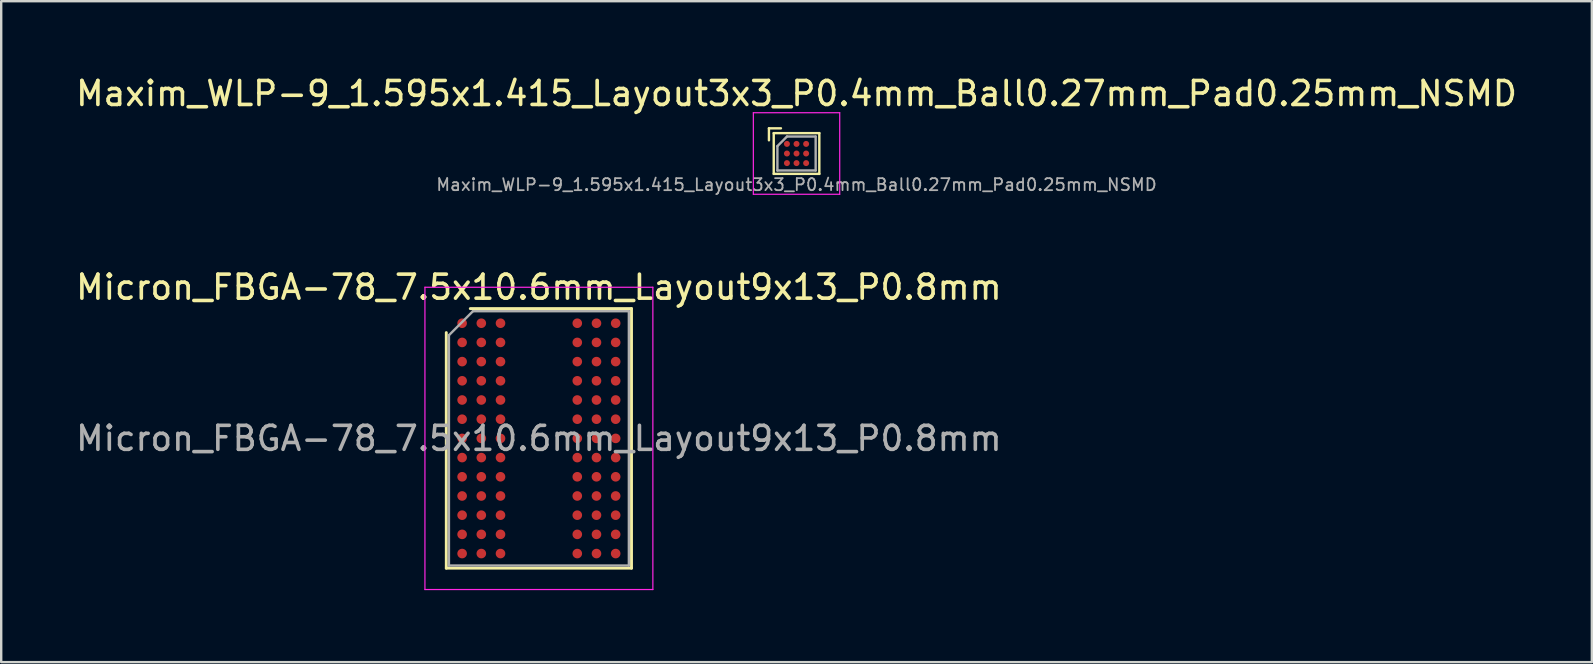
<source format=kicad_pcb>
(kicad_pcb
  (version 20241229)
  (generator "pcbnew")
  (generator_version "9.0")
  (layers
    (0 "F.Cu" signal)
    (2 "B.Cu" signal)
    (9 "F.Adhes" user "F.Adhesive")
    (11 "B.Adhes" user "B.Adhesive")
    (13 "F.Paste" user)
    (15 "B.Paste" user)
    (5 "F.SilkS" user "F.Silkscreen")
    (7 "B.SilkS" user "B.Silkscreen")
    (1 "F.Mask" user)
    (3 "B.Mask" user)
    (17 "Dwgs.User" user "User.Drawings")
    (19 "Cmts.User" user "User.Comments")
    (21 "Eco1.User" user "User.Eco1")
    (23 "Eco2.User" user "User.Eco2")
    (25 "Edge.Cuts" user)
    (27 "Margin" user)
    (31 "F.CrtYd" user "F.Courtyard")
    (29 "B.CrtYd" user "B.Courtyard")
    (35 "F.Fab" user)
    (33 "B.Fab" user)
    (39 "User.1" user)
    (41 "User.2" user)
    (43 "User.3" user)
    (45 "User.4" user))
  (footprint "Micron_FBGA-78_7.5x10.6mm_Layout9x13_P0.8mm"
    (layer "F.Cu")
    (at 19.411 15.222)
    (property "Reference" "Micron_FBGA-78_7.5x10.6mm_Layout9x13_P0.8mm" (at 0 -6.3 0) (layer "F.SilkS") (effects (font (size 1 1) (thickness 0.15))))
    (attr smd)
    (fp_line (start -3.86 5.41) (end -3.86 -4.41) (stroke (width 0.12) (type solid)) (layer "F.SilkS"))
    (fp_line (start -2.86 -5.41) (end 3.86 -5.41) (stroke (width 0.12) (type solid)) (layer "F.SilkS"))
    (fp_line (start 3.86 -5.41) (end 3.86 5.41) (stroke (width 0.12) (type solid)) (layer "F.SilkS"))
    (fp_line (start 3.86 5.41) (end -3.86 5.41) (stroke (width 0.12) (type solid)) (layer "F.SilkS"))
    (fp_line (start -4.75 -6.3) (end -4.75 6.3) (stroke (width 0.05) (type solid)) (layer "F.CrtYd"))
    (fp_line (start -4.75 6.3) (end 4.75 6.3) (stroke (width 0.05) (type solid)) (layer "F.CrtYd"))
    (fp_line (start 4.75 -6.3) (end -4.75 -6.3) (stroke (width 0.05) (type solid)) (layer "F.CrtYd"))
    (fp_line (start 4.75 6.3) (end 4.75 -6.3) (stroke (width 0.05) (type solid)) (layer "F.CrtYd"))
    (fp_line (start -3.75 -4.3) (end -2.75 -5.3) (stroke (width 0.1) (type solid)) (layer "F.Fab"))
    (fp_line (start -3.75 5.3) (end -3.75 -4.3) (stroke (width 0.1) (type solid)) (layer "F.Fab"))
    (fp_line (start -2.75 -5.3) (end 3.75 -5.3) (stroke (width 0.1) (type solid)) (layer "F.Fab"))
    (fp_line (start 3.75 -5.3) (end 3.75 5.3) (stroke (width 0.1) (type solid)) (layer "F.Fab"))
    (fp_line (start 3.75 5.3) (end -3.75 5.3) (stroke (width 0.1) (type solid)) (layer "F.Fab"))
    (fp_text user "${REFERENCE}" (at 0 0 0) (layer "F.Fab") (effects (font (size 1 1) (thickness 0.15))))
    (pad "A1" smd circle (at -3.2 -4.8) (size 0.4 0.4) (layers "F.Cu" "F.Mask" "F.Paste"))
    (pad "A2" smd circle (at -2.4 -4.8) (size 0.4 0.4) (layers "F.Cu" "F.Mask" "F.Paste"))
    (pad "A3" smd circle (at -1.6 -4.8) (size 0.4 0.4) (layers "F.Cu" "F.Mask" "F.Paste"))
    (pad "A7" smd circle (at 1.6 -4.8) (size 0.4 0.4) (layers "F.Cu" "F.Mask" "F.Paste"))
    (pad "A8" smd circle (at 2.4 -4.8) (size 0.4 0.4) (layers "F.Cu" "F.Mask" "F.Paste"))
    (pad "A9" smd circle (at 3.2 -4.8) (size 0.4 0.4) (layers "F.Cu" "F.Mask" "F.Paste"))
    (pad "B1" smd circle (at -3.2 -4) (size 0.4 0.4) (layers "F.Cu" "F.Mask" "F.Paste"))
    (pad "B2" smd circle (at -2.4 -4) (size 0.4 0.4) (layers "F.Cu" "F.Mask" "F.Paste"))
    (pad "B3" smd circle (at -1.6 -4) (size 0.4 0.4) (layers "F.Cu" "F.Mask" "F.Paste"))
    (pad "B7" smd circle (at 1.6 -4) (size 0.4 0.4) (layers "F.Cu" "F.Mask" "F.Paste"))
    (pad "B8" smd circle (at 2.4 -4) (size 0.4 0.4) (layers "F.Cu" "F.Mask" "F.Paste"))
    (pad "B9" smd circle (at 3.2 -4) (size 0.4 0.4) (layers "F.Cu" "F.Mask" "F.Paste"))
    (pad "C1" smd circle (at -3.2 -3.2) (size 0.4 0.4) (layers "F.Cu" "F.Mask" "F.Paste"))
    (pad "C2" smd circle (at -2.4 -3.2) (size 0.4 0.4) (layers "F.Cu" "F.Mask" "F.Paste"))
    (pad "C3" smd circle (at -1.6 -3.2) (size 0.4 0.4) (layers "F.Cu" "F.Mask" "F.Paste"))
    (pad "C7" smd circle (at 1.6 -3.2) (size 0.4 0.4) (layers "F.Cu" "F.Mask" "F.Paste"))
    (pad "C8" smd circle (at 2.4 -3.2) (size 0.4 0.4) (layers "F.Cu" "F.Mask" "F.Paste"))
    (pad "C9" smd circle (at 3.2 -3.2) (size 0.4 0.4) (layers "F.Cu" "F.Mask" "F.Paste"))
    (pad "D1" smd circle (at -3.2 -2.4) (size 0.4 0.4) (layers "F.Cu" "F.Mask" "F.Paste"))
    (pad "D2" smd circle (at -2.4 -2.4) (size 0.4 0.4) (layers "F.Cu" "F.Mask" "F.Paste"))
    (pad "D3" smd circle (at -1.6 -2.4) (size 0.4 0.4) (layers "F.Cu" "F.Mask" "F.Paste"))
    (pad "D7" smd circle (at 1.6 -2.4) (size 0.4 0.4) (layers "F.Cu" "F.Mask" "F.Paste"))
    (pad "D8" smd circle (at 2.4 -2.4) (size 0.4 0.4) (layers "F.Cu" "F.Mask" "F.Paste"))
    (pad "D9" smd circle (at 3.2 -2.4) (size 0.4 0.4) (layers "F.Cu" "F.Mask" "F.Paste"))
    (pad "E1" smd circle (at -3.2 -1.6) (size 0.4 0.4) (layers "F.Cu" "F.Mask" "F.Paste"))
    (pad "E2" smd circle (at -2.4 -1.6) (size 0.4 0.4) (layers "F.Cu" "F.Mask" "F.Paste"))
    (pad "E3" smd circle (at -1.6 -1.6) (size 0.4 0.4) (layers "F.Cu" "F.Mask" "F.Paste"))
    (pad "E7" smd circle (at 1.6 -1.6) (size 0.4 0.4) (layers "F.Cu" "F.Mask" "F.Paste"))
    (pad "E8" smd circle (at 2.4 -1.6) (size 0.4 0.4) (layers "F.Cu" "F.Mask" "F.Paste"))
    (pad "E9" smd circle (at 3.2 -1.6) (size 0.4 0.4) (layers "F.Cu" "F.Mask" "F.Paste"))
    (pad "F1" smd circle (at -3.2 -0.8) (size 0.4 0.4) (layers "F.Cu" "F.Mask" "F.Paste"))
    (pad "F2" smd circle (at -2.4 -0.8) (size 0.4 0.4) (layers "F.Cu" "F.Mask" "F.Paste"))
    (pad "F3" smd circle (at -1.6 -0.8) (size 0.4 0.4) (layers "F.Cu" "F.Mask" "F.Paste"))
    (pad "F7" smd circle (at 1.6 -0.8) (size 0.4 0.4) (layers "F.Cu" "F.Mask" "F.Paste"))
    (pad "F8" smd circle (at 2.4 -0.8) (size 0.4 0.4) (layers "F.Cu" "F.Mask" "F.Paste"))
    (pad "F9" smd circle (at 3.2 -0.8) (size 0.4 0.4) (layers "F.Cu" "F.Mask" "F.Paste"))
    (pad "G1" smd circle (at -3.2 0) (size 0.4 0.4) (layers "F.Cu" "F.Mask" "F.Paste"))
    (pad "G2" smd circle (at -2.4 0) (size 0.4 0.4) (layers "F.Cu" "F.Mask" "F.Paste"))
    (pad "G3" smd circle (at -1.6 0) (size 0.4 0.4) (layers "F.Cu" "F.Mask" "F.Paste"))
    (pad "G7" smd circle (at 1.6 0) (size 0.4 0.4) (layers "F.Cu" "F.Mask" "F.Paste"))
    (pad "G8" smd circle (at 2.4 0) (size 0.4 0.4) (layers "F.Cu" "F.Mask" "F.Paste"))
    (pad "G9" smd circle (at 3.2 0) (size 0.4 0.4) (layers "F.Cu" "F.Mask" "F.Paste"))
    (pad "H1" smd circle (at -3.2 0.8) (size 0.4 0.4) (layers "F.Cu" "F.Mask" "F.Paste"))
    (pad "H2" smd circle (at -2.4 0.8) (size 0.4 0.4) (layers "F.Cu" "F.Mask" "F.Paste"))
    (pad "H3" smd circle (at -1.6 0.8) (size 0.4 0.4) (layers "F.Cu" "F.Mask" "F.Paste"))
    (pad "H7" smd circle (at 1.6 0.8) (size 0.4 0.4) (layers "F.Cu" "F.Mask" "F.Paste"))
    (pad "H8" smd circle (at 2.4 0.8) (size 0.4 0.4) (layers "F.Cu" "F.Mask" "F.Paste"))
    (pad "H9" smd circle (at 3.2 0.8) (size 0.4 0.4) (layers "F.Cu" "F.Mask" "F.Paste"))
    (pad "J1" smd circle (at -3.2 1.6) (size 0.4 0.4) (layers "F.Cu" "F.Mask" "F.Paste"))
    (pad "J2" smd circle (at -2.4 1.6) (size 0.4 0.4) (layers "F.Cu" "F.Mask" "F.Paste"))
    (pad "J3" smd circle (at -1.6 1.6) (size 0.4 0.4) (layers "F.Cu" "F.Mask" "F.Paste"))
    (pad "J7" smd circle (at 1.6 1.6) (size 0.4 0.4) (layers "F.Cu" "F.Mask" "F.Paste"))
    (pad "J8" smd circle (at 2.4 1.6) (size 0.4 0.4) (layers "F.Cu" "F.Mask" "F.Paste"))
    (pad "J9" smd circle (at 3.2 1.6) (size 0.4 0.4) (layers "F.Cu" "F.Mask" "F.Paste"))
    (pad "K1" smd circle (at -3.2 2.4) (size 0.4 0.4) (layers "F.Cu" "F.Mask" "F.Paste"))
    (pad "K2" smd circle (at -2.4 2.4) (size 0.4 0.4) (layers "F.Cu" "F.Mask" "F.Paste"))
    (pad "K3" smd circle (at -1.6 2.4) (size 0.4 0.4) (layers "F.Cu" "F.Mask" "F.Paste"))
    (pad "K7" smd circle (at 1.6 2.4) (size 0.4 0.4) (layers "F.Cu" "F.Mask" "F.Paste"))
    (pad "K8" smd circle (at 2.4 2.4) (size 0.4 0.4) (layers "F.Cu" "F.Mask" "F.Paste"))
    (pad "K9" smd circle (at 3.2 2.4) (size 0.4 0.4) (layers "F.Cu" "F.Mask" "F.Paste"))
    (pad "L1" smd circle (at -3.2 3.2) (size 0.4 0.4) (layers "F.Cu" "F.Mask" "F.Paste"))
    (pad "L2" smd circle (at -2.4 3.2) (size 0.4 0.4) (layers "F.Cu" "F.Mask" "F.Paste"))
    (pad "L3" smd circle (at -1.6 3.2) (size 0.4 0.4) (layers "F.Cu" "F.Mask" "F.Paste"))
    (pad "L7" smd circle (at 1.6 3.2) (size 0.4 0.4) (layers "F.Cu" "F.Mask" "F.Paste"))
    (pad "L8" smd circle (at 2.4 3.2) (size 0.4 0.4) (layers "F.Cu" "F.Mask" "F.Paste"))
    (pad "L9" smd circle (at 3.2 3.2) (size 0.4 0.4) (layers "F.Cu" "F.Mask" "F.Paste"))
    (pad "M1" smd circle (at -3.2 4) (size 0.4 0.4) (layers "F.Cu" "F.Mask" "F.Paste"))
    (pad "M2" smd circle (at -2.4 4) (size 0.4 0.4) (layers "F.Cu" "F.Mask" "F.Paste"))
    (pad "M3" smd circle (at -1.6 4) (size 0.4 0.4) (layers "F.Cu" "F.Mask" "F.Paste"))
    (pad "M7" smd circle (at 1.6 4) (size 0.4 0.4) (layers "F.Cu" "F.Mask" "F.Paste"))
    (pad "M8" smd circle (at 2.4 4) (size 0.4 0.4) (layers "F.Cu" "F.Mask" "F.Paste"))
    (pad "M9" smd circle (at 3.2 4) (size 0.4 0.4) (layers "F.Cu" "F.Mask" "F.Paste"))
    (pad "N1" smd circle (at -3.2 4.8) (size 0.4 0.4) (layers "F.Cu" "F.Mask" "F.Paste"))
    (pad "N2" smd circle (at -2.4 4.8) (size 0.4 0.4) (layers "F.Cu" "F.Mask" "F.Paste"))
    (pad "N3" smd circle (at -1.6 4.8) (size 0.4 0.4) (layers "F.Cu" "F.Mask" "F.Paste"))
    (pad "N7" smd circle (at 1.6 4.8) (size 0.4 0.4) (layers "F.Cu" "F.Mask" "F.Paste"))
    (pad "N8" smd circle (at 2.4 4.8) (size 0.4 0.4) (layers "F.Cu" "F.Mask" "F.Paste"))
    (pad "N9" smd circle (at 3.2 4.8) (size 0.4 0.4) (layers "F.Cu" "F.Mask" "F.Paste")))
  (footprint "Maxim_WLP-9_1.595x1.415_Layout3x3_P0.4mm_Ball0.27mm_Pad0.25mm_NSMD"
    (layer "F.Cu")
    (at 30.149 3.348)
    (property "Reference" "Maxim_WLP-9_1.595x1.415_Layout3x3_P0.4mm_Ball0.27mm_Pad0.25mm_NSMD" (at 0 -2.5 0) (layer "F.SilkS") (effects (font (size 1 1) (thickness 0.15))))
    (attr smd)
    (fp_line (start -1.15 -1.05) (end -1.15 -0.55) (stroke (width 0.1) (type solid)) (layer "F.SilkS"))
    (fp_line (start -1.15 -1.05) (end -0.65 -1.05) (stroke (width 0.1) (type solid)) (layer "F.SilkS"))
    (fp_line (start -0.95 -0.85) (end -0.95 0.85) (stroke (width 0.1) (type solid)) (layer "F.SilkS"))
    (fp_line (start -0.95 -0.85) (end 0.95 -0.85) (stroke (width 0.1) (type solid)) (layer "F.SilkS"))
    (fp_line (start -0.95 0.85) (end 0.95 0.85) (stroke (width 0.1) (type solid)) (layer "F.SilkS"))
    (fp_line (start 0.95 -0.85) (end 0.95 0.85) (stroke (width 0.1) (type solid)) (layer "F.SilkS"))
    (fp_line (start -1.8 -1.7) (end 1.8 -1.7) (stroke (width 0.05) (type solid)) (layer "F.CrtYd"))
    (fp_line (start -1.8 1.7) (end -1.8 -1.7) (stroke (width 0.05) (type solid)) (layer "F.CrtYd"))
    (fp_line (start -1.8 1.7) (end 1.8 1.7) (stroke (width 0.05) (type solid)) (layer "F.CrtYd"))
    (fp_line (start 1.8 -1.7) (end 1.8 1.7) (stroke (width 0.05) (type solid)) (layer "F.CrtYd"))
    (fp_line (start -0.797 -0.307) (end -0.797 0.708) (stroke (width 0.1) (type solid)) (layer "F.Fab"))
    (fp_line (start -0.797 0.708) (end 0.797 0.708) (stroke (width 0.1) (type solid)) (layer "F.Fab"))
    (fp_line (start -0.398 -0.708) (end -0.797 -0.307) (stroke (width 0.1) (type solid)) (layer "F.Fab"))
    (fp_line (start -0.398 -0.708) (end 0.797 -0.708) (stroke (width 0.1) (type solid)) (layer "F.Fab"))
    (fp_line (start 0.797 -0.708) (end 0.797 0.708) (stroke (width 0.1) (type solid)) (layer "F.Fab"))
    (fp_text user "${REFERENCE}" (at 0 1.3 0) (layer "F.Fab") (effects (font (size 0.5 0.5) (thickness 0.075))))
    (pad "A1" smd circle (at -0.4 -0.4 90) (size 0.25 0.25) (layers "F.Cu" "F.Mask" "F.Paste"))
    (pad "A2" smd circle (at 0 -0.4 90) (size 0.25 0.25) (layers "F.Cu" "F.Mask" "F.Paste"))
    (pad "A3" smd circle (at 0.4 -0.4 90) (size 0.25 0.25) (layers "F.Cu" "F.Mask" "F.Paste"))
    (pad "B1" smd circle (at -0.4 0 90) (size 0.25 0.25) (layers "F.Cu" "F.Mask" "F.Paste"))
    (pad "B2" smd circle (at 0 0 90) (size 0.25 0.25) (layers "F.Cu" "F.Mask" "F.Paste"))
    (pad "B3" smd circle (at 0.4 0 90) (size 0.25 0.25) (layers "F.Cu" "F.Mask" "F.Paste"))
    (pad "C1" smd circle (at -0.4 0.4 90) (size 0.25 0.25) (layers "F.Cu" "F.Mask" "F.Paste"))
    (pad "C2" smd circle (at 0 0.4 90) (size 0.25 0.25) (layers "F.Cu" "F.Mask" "F.Paste"))
    (pad "C3" smd circle (at 0.4 0.4 90) (size 0.25 0.25) (layers "F.Cu" "F.Mask" "F.Paste")))
  (gr_rect
    (start -3 -3)
    (end 63.298 24.547)
    (stroke (width 0.1) (type default))
    (fill no)
    (layer "Edge.Cuts")))
</source>
